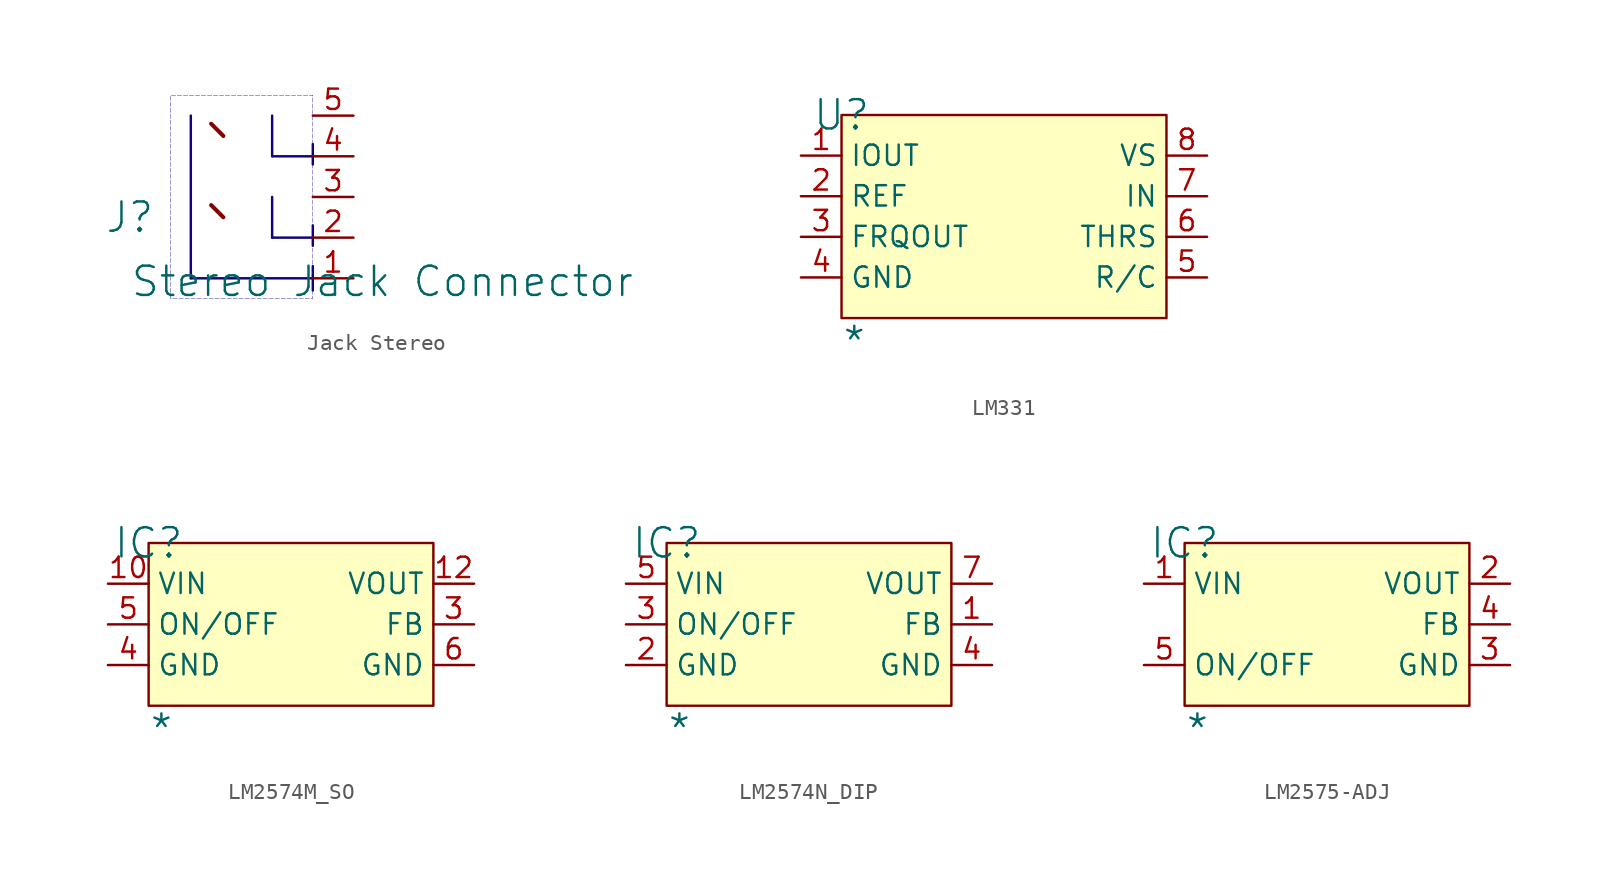
<source format=kicad_sym>
(kicad_symbol_lib
  (version 20241209)
  (generator "kicad_symbol_editor")
  (generator_version "9.0")
  (symbol "Jack Stereo"
    (pin_names
      (hide yes))
    (property "Reference" "J"
      (at -1.27 1.27 0)
      (effects (font (size 1.829 1.829))))
    (property "Value" "Stereo Jack Connector"
      (at -1.27 -3.81 0)
      (effects (font (size 1.829 1.829)) (justify left bottom)))
    (symbol "Jack Stereo_1_0"
      (polyline (pts (xy 1.27 -3.81) (xy 1.27 8.89) (xy 10.16 8.89) (xy 10.16 -3.81) (xy 1.27 -3.81)) (stroke (width 0.025) (type dash) (color 17 3 127 1)) (fill (type none)))
      (polyline (pts (xy 2.54 7.62) (xy 2.54 -2.54)) (stroke (width 0) (type solid) (color 17 3 127 1)) (fill (type none)))
      (polyline (pts (xy 3.81 7.112) (xy 4.572 6.35)) (stroke (width 0.254) (type solid)) (fill (type none)))
      (polyline (pts (xy 3.81 2.032) (xy 4.572 1.27)) (stroke (width 0.254) (type solid)) (fill (type none)))
      (polyline (pts (xy 7.62 5.08) (xy 7.62 7.62)) (stroke (width 0) (type solid) (color 17 3 127 1)) (fill (type none)))
      (polyline (pts (xy 7.62 5.08) (xy 10.16 5.08)) (stroke (width 0) (type solid) (color 17 3 127 1)) (fill (type none)))
      (polyline (pts (xy 7.62 0) (xy 7.62 2.54)) (stroke (width 0) (type solid) (color 17 3 127 1)) (fill (type none)))
      (polyline (pts (xy 7.62 0) (xy 10.16 0)) (stroke (width 0) (type solid) (color 17 3 127 1)) (fill (type none)))
      (polyline (pts (xy 10.16 4.572) (xy 10.16 5.842)) (stroke (width 0) (type solid) (color 17 3 127 1)) (fill (type none)))
      (polyline (pts (xy 10.16 -0.508) (xy 10.16 0.762)) (stroke (width 0) (type solid) (color 17 3 127 1)) (fill (type none)))
      (polyline (pts (xy 10.16 -2.54) (xy 2.54 -2.54)) (stroke (width 0) (type solid) (color 17 3 127 1)) (fill (type none)))
      (polyline (pts (xy 10.16 -3.302) (xy 10.16 -1.778)) (stroke (width 0) (type solid) (color 17 3 127 1)) (fill (type none)))
      (pin passive line (at 12.7 7.62 180) (length 2.54) (name "5" (effects (font (size 1.27 1.27)))) (number "5" (effects (font (size 1.27 1.27)))))
      (pin power_in line (at 12.7 5.08 180) (length 2.54) (name "4" (effects (font (size 1.27 1.27)))) (number "4" (effects (font (size 1.27 1.27)))))
      (pin passive line (at 12.7 2.54 180) (length 2.54) (name "3" (effects (font (size 1.27 1.27)))) (number "3" (effects (font (size 1.27 1.27)))))
      (pin passive line (at 12.7 0 180) (length 2.54) (name "2" (effects (font (size 1.27 1.27)))) (number "2" (effects (font (size 1.27 1.27)))))
      (pin passive line (at 12.7 -2.54 180) (length 2.54) (name "1" (effects (font (size 1.27 1.27)))) (number "1" (effects (font (size 1.27 1.27)))))))
  (symbol "LM331"
    (property "Reference" "U"
      (at 0 0 0)
      (effects (font (size 1.829 1.829))))
    (property "Value" "*"
      (at 0 -15.24 0)
      (effects (font (size 1.829 1.829)) (justify left bottom)))
    (symbol "LM331_1_0"
      (rectangle (start 20.32 0) (end 0 -12.7) (stroke (width 0) (type solid) (color 128 0 0 1)) (fill (type background)))
      (pin passive line (at -2.54 -2.54 0) (length 2.54) (name "IOUT" (effects (font (size 1.27 1.27)))) (number "1" (effects (font (size 1.27 1.27)))))
      (pin passive line (at -2.54 -5.08 0) (length 2.54) (name "REF" (effects (font (size 1.27 1.27)))) (number "2" (effects (font (size 1.27 1.27)))))
      (pin passive line (at -2.54 -7.62 0) (length 2.54) (name "FRQOUT" (effects (font (size 1.27 1.27)))) (number "3" (effects (font (size 1.27 1.27)))))
      (pin passive line (at -2.54 -10.16 0) (length 2.54) (name "GND" (effects (font (size 1.27 1.27)))) (number "4" (effects (font (size 1.27 1.27)))))
      (pin passive line (at 22.86 -2.54 180) (length 2.54) (name "VS" (effects (font (size 1.27 1.27)))) (number "8" (effects (font (size 1.27 1.27)))))
      (pin passive line (at 22.86 -5.08 180) (length 2.54) (name "IN" (effects (font (size 1.27 1.27)))) (number "7" (effects (font (size 1.27 1.27)))))
      (pin passive line (at 22.86 -7.62 180) (length 2.54) (name "THRS" (effects (font (size 1.27 1.27)))) (number "6" (effects (font (size 1.27 1.27)))))
      (pin passive line (at 22.86 -10.16 180) (length 2.54) (name "R/C" (effects (font (size 1.27 1.27)))) (number "5" (effects (font (size 1.27 1.27)))))))
  (symbol "LM2574M_SO"
    (property "Reference" "IC"
      (at 0 0 0)
      (effects (font (size 1.829 1.829))))
    (property "Value" "*"
      (at 0 -12.7 0)
      (effects (font (size 1.829 1.829)) (justify left bottom)))
    (symbol "LM2574M_SO_1_0"
      (rectangle (start 17.78 0) (end 0 -10.16) (stroke (width 0) (type solid) (color 128 0 0 1)) (fill (type background)))
      (pin input line (at -2.54 -2.54 0) (length 2.54) (name "VIN" (effects (font (size 1.27 1.27)))) (number "10" (effects (font (size 1.27 1.27)))))
      (pin input line (at -2.54 -5.08 0) (length 2.54) (name "ON/OFF" (effects (font (size 1.27 1.27)))) (number "5" (effects (font (size 1.27 1.27)))))
      (pin power_in line (at -2.54 -7.62 0) (length 2.54) (name "GND" (effects (font (size 1.27 1.27)))) (number "4" (effects (font (size 1.27 1.27)))))
      (pin output line (at 20.32 -2.54 180) (length 2.54) (name "VOUT" (effects (font (size 1.27 1.27)))) (number "12" (effects (font (size 1.27 1.27)))))
      (pin input line (at 20.32 -5.08 180) (length 2.54) (name "FB" (effects (font (size 1.27 1.27)))) (number "3" (effects (font (size 1.27 1.27)))))
      (pin power_in line (at 20.32 -7.62 180) (length 2.54) (name "GND" (effects (font (size 1.27 1.27)))) (number "6" (effects (font (size 1.27 1.27)))))))
  (symbol "LM2574N_DIP"
    (property "Reference" "IC"
      (at 0 0 0)
      (effects (font (size 1.829 1.829))))
    (property "Value" "*"
      (at 0 -12.7 0)
      (effects (font (size 1.829 1.829)) (justify left bottom)))
    (symbol "LM2574N_DIP_1_0"
      (rectangle (start 17.78 0) (end 0 -10.16) (stroke (width 0) (type solid) (color 128 0 0 1)) (fill (type background)))
      (pin input line (at -2.54 -2.54 0) (length 2.54) (name "VIN" (effects (font (size 1.27 1.27)))) (number "5" (effects (font (size 1.27 1.27)))))
      (pin input line (at -2.54 -5.08 0) (length 2.54) (name "ON/OFF" (effects (font (size 1.27 1.27)))) (number "3" (effects (font (size 1.27 1.27)))))
      (pin power_in line (at -2.54 -7.62 0) (length 2.54) (name "GND" (effects (font (size 1.27 1.27)))) (number "2" (effects (font (size 1.27 1.27)))))
      (pin output line (at 20.32 -2.54 180) (length 2.54) (name "VOUT" (effects (font (size 1.27 1.27)))) (number "7" (effects (font (size 1.27 1.27)))))
      (pin input line (at 20.32 -5.08 180) (length 2.54) (name "FB" (effects (font (size 1.27 1.27)))) (number "1" (effects (font (size 1.27 1.27)))))
      (pin power_in line (at 20.32 -7.62 180) (length 2.54) (name "GND" (effects (font (size 1.27 1.27)))) (number "4" (effects (font (size 1.27 1.27)))))))
  (symbol "LM2575-ADJ"
    (property "Reference" "IC"
      (at 0 0 0)
      (effects (font (size 1.829 1.829))))
    (property "Value" "*"
      (at 0 -12.7 0)
      (effects (font (size 1.829 1.829)) (justify left bottom)))
    (symbol "LM2575-ADJ_1_0"
      (rectangle (start 17.78 0) (end 0 -10.16) (stroke (width 0) (type solid) (color 128 0 0 1)) (fill (type background)))
      (pin input line (at -2.54 -2.54 0) (length 2.54) (name "VIN" (effects (font (size 1.27 1.27)))) (number "1" (effects (font (size 1.27 1.27)))))
      (pin input line (at -2.54 -7.62 0) (length 2.54) (name "ON/OFF" (effects (font (size 1.27 1.27)))) (number "5" (effects (font (size 1.27 1.27)))))
      (pin output line (at 20.32 -2.54 180) (length 2.54) (name "VOUT" (effects (font (size 1.27 1.27)))) (number "2" (effects (font (size 1.27 1.27)))))
      (pin input line (at 20.32 -5.08 180) (length 2.54) (name "FB" (effects (font (size 1.27 1.27)))) (number "4" (effects (font (size 1.27 1.27)))))
      (pin power_in line (at 20.32 -7.62 180) (length 2.54) (name "GND" (effects (font (size 1.27 1.27)))) (number "3" (effects (font (size 1.27 1.27))))))))
</source>
